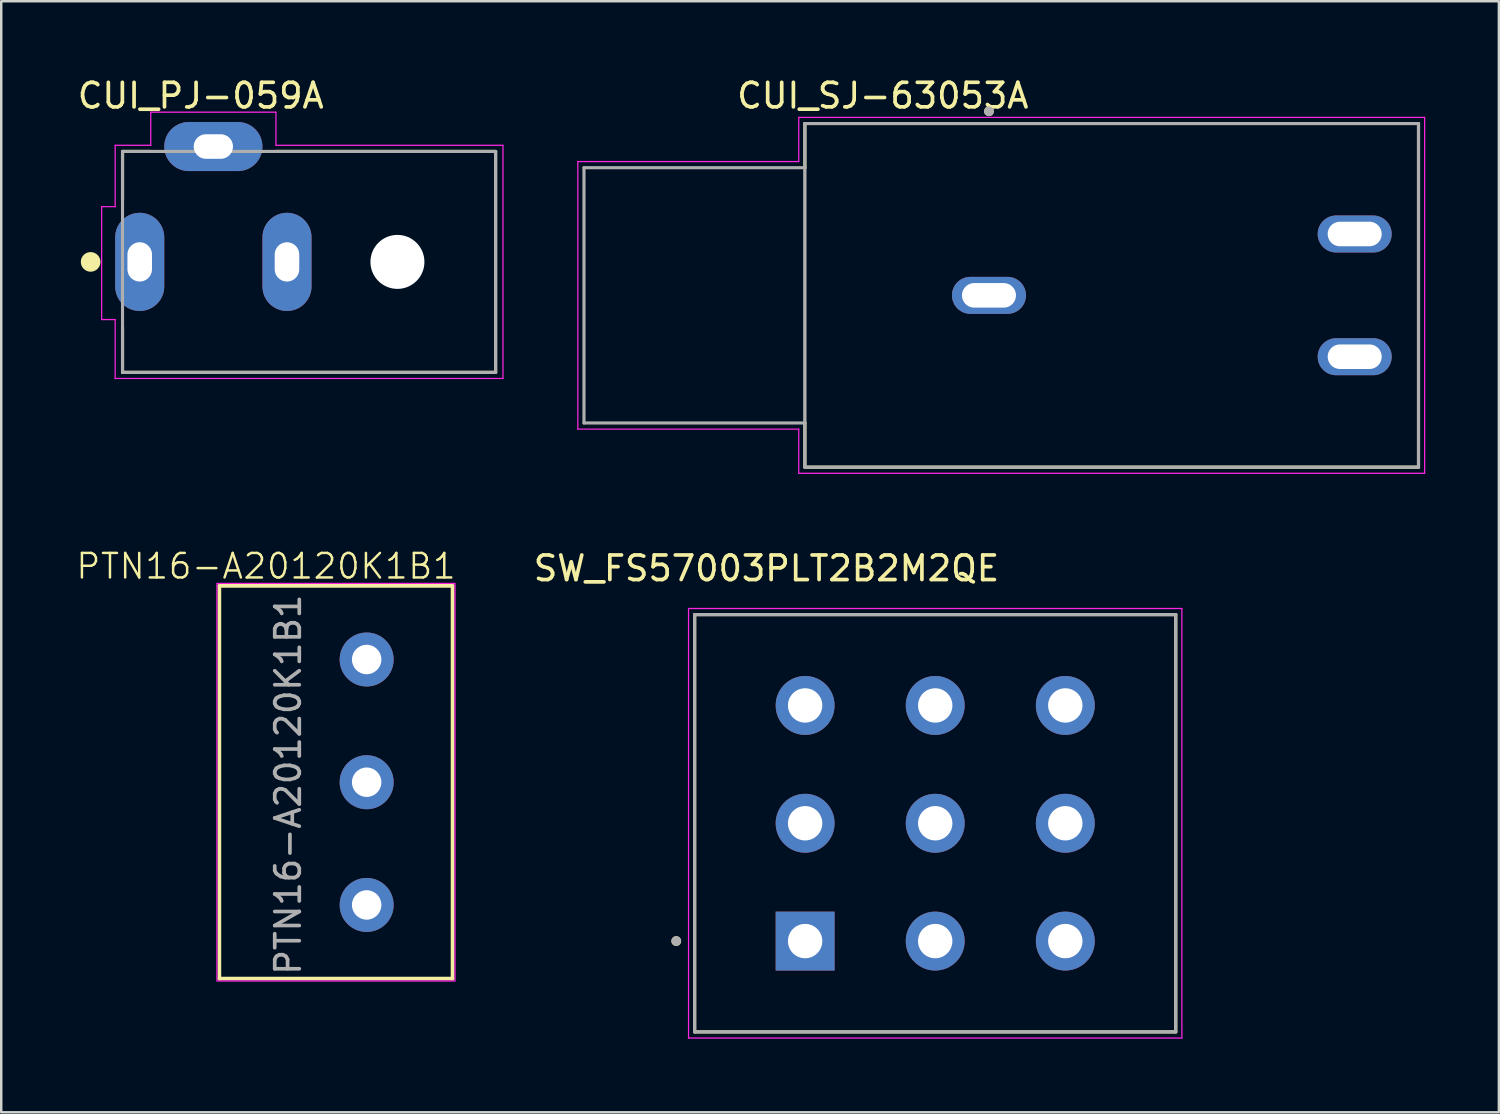
<source format=kicad_pcb>
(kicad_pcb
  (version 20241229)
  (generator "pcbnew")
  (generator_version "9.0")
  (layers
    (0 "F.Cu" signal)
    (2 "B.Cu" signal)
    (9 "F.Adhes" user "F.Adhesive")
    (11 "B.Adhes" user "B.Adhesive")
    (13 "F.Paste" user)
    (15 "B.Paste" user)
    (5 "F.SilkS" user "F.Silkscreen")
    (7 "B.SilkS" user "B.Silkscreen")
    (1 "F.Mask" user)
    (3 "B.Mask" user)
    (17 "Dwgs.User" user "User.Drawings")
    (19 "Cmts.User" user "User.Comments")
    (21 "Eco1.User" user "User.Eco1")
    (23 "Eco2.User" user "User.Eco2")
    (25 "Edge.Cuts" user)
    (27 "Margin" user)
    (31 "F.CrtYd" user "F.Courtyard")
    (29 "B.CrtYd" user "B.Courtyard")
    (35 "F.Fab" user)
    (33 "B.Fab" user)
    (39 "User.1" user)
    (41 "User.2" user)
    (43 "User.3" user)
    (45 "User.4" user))
  (footprint "PTN16-A20120K1B1"
    (layer "F.Cu")
    (at 11.888 28.819)
    (property "Reference" "PTN16-A20120K1B1" (at -4.1 -8.8 0) (unlocked yes) (layer "F.SilkS") (effects (font (size 1 1) (thickness 0.1))))
    (attr through_hole)
    (fp_line (start -6 -8) (end -6 8) (stroke (width 0.15) (type default)) (layer "F.SilkS"))
    (fp_line (start -6 8) (end 3.5 8) (stroke (width 0.15) (type default)) (layer "F.SilkS"))
    (fp_line (start 3.5 -8) (end -6 -8) (stroke (width 0.15) (type default)) (layer "F.SilkS"))
    (fp_line (start 3.5 8) (end 3.5 -8) (stroke (width 0.15) (type default)) (layer "F.SilkS"))
    (fp_rect (start -6.1 -8.1) (end 3.6 8.1) (stroke (width 0.05) (type default)) (fill no) (layer "F.CrtYd"))
    (fp_text user "${REFERENCE}" (at -3.2 0.1 90) (unlocked yes) (layer "F.Fab") (effects (font (size 1 1) (thickness 0.15))))
    (pad "1" thru_hole circle (at 0 -5) (size 2.2 2.2) (drill 1.2) (layers "*.Cu" "*.Mask"))
    (pad "2" thru_hole circle (at 0 0) (size 2.2 2.2) (drill 1.2) (layers "*.Cu" "*.Mask"))
    (pad "3" thru_hole circle (at 0 5) (size 2.2 2.2) (drill 1.2) (layers "*.Cu" "*.Mask")))
  (footprint "CUI_SJ-63053A"
    (layer "F.Cu")
    (at 37.242 8.983)
    (property "Reference" "CUI_SJ-63053A" (at -4.325 -8.135 0) (layer "F.SilkS") (effects (font (size 1 1) (thickness 0.15))))
    (attr through_hole)
    (fp_line (start -7.5 -7) (end 17.5 -7) (stroke (width 0.127) (type solid)) (layer "F.SilkS"))
    (fp_line (start -7.5 -5.2) (end -7.5 -7) (stroke (width 0.127) (type solid)) (layer "F.SilkS"))
    (fp_line (start -7.5 -5.2) (end -7.5 5.2) (stroke (width 0.1) (type default)) (layer "F.SilkS"))
    (fp_line (start -7.5 7) (end -7.5 5.2) (stroke (width 0.127) (type solid)) (layer "F.SilkS"))
    (fp_line (start 17.5 -7) (end 17.5 7) (stroke (width 0.127) (type solid)) (layer "F.SilkS"))
    (fp_line (start 17.5 7) (end -7.5 7) (stroke (width 0.127) (type solid)) (layer "F.SilkS"))
    (fp_circle (center 0 -7.5) (end 0.1 -7.5) (stroke (width 0.2) (type solid)) (fill no) (layer "F.SilkS"))
    (fp_line (start -16.75 -5.45) (end -16.75 5.45) (stroke (width 0.05) (type solid)) (layer "F.CrtYd"))
    (fp_line (start -16.75 -5.45) (end -7.75 -5.45) (stroke (width 0.05) (type solid)) (layer "F.CrtYd"))
    (fp_line (start -16.75 5.45) (end -7.75 5.45) (stroke (width 0.05) (type solid)) (layer "F.CrtYd"))
    (fp_line (start -7.75 -7.25) (end 17.75 -7.25) (stroke (width 0.05) (type solid)) (layer "F.CrtYd"))
    (fp_line (start -7.75 -5.45) (end -7.75 -7.25) (stroke (width 0.05) (type solid)) (layer "F.CrtYd"))
    (fp_line (start -7.75 7.25) (end -7.75 5.45) (stroke (width 0.05) (type solid)) (layer "F.CrtYd"))
    (fp_line (start 17.75 -7.25) (end 17.75 7.25) (stroke (width 0.05) (type solid)) (layer "F.CrtYd"))
    (fp_line (start 17.75 7.25) (end -7.75 7.25) (stroke (width 0.05) (type solid)) (layer "F.CrtYd"))
    (fp_line (start -16.5 -5.2) (end -16.5 5.2) (stroke (width 0.127) (type solid)) (layer "F.Fab"))
    (fp_line (start -16.5 -5.2) (end -7.5 -5.2) (stroke (width 0.127) (type solid)) (layer "F.Fab"))
    (fp_line (start -16.5 5.2) (end -7.5 5.2) (stroke (width 0.127) (type solid)) (layer "F.Fab"))
    (fp_line (start -7.5 -7) (end 17.5 -7) (stroke (width 0.127) (type solid)) (layer "F.Fab"))
    (fp_line (start -7.5 -5.2) (end -7.5 -7) (stroke (width 0.127) (type solid)) (layer "F.Fab"))
    (fp_line (start -7.5 5.2) (end -7.5 -5.2) (stroke (width 0.127) (type solid)) (layer "F.Fab"))
    (fp_line (start -7.5 7) (end -7.5 5.2) (stroke (width 0.127) (type solid)) (layer "F.Fab"))
    (fp_line (start 17.5 -7) (end 17.5 7) (stroke (width 0.127) (type solid)) (layer "F.Fab"))
    (fp_line (start 17.5 7) (end -7.5 7) (stroke (width 0.127) (type solid)) (layer "F.Fab"))
    (fp_circle (center 0 -7.5) (end 0.1 -7.5) (stroke (width 0.2) (type solid)) (fill no) (layer "F.Fab"))
    (pad "1" thru_hole oval (at 0 0) (size 3.016 1.508) (drill oval 2.2 1) (layers "*.Cu" "*.Mask"))
    (pad "2" thru_hole oval (at 14.9 2.5) (size 3.016 1.508) (drill oval 2.2 1) (layers "*.Cu" "*.Mask"))
    (pad "3" thru_hole oval (at 14.9 -2.5) (size 3.016 1.508) (drill oval 2.2 1) (layers "*.Cu" "*.Mask")))
  (footprint "SW_FS57003PLT2B2M2QE"
    (layer "F.Cu")
    (at 35.052 30.491)
    (property "Reference" "SW_FS57003PLT2B2M2QE" (at -6.875 -10.385 0) (layer "F.SilkS") (effects (font (size 1 1) (thickness 0.15))))
    (attr through_hole)
    (fp_line (start -9.8 -8.5) (end -9.8 8.5) (stroke (width 0.127) (type solid)) (layer "F.SilkS"))
    (fp_line (start -9.8 8.5) (end 9.8 8.5) (stroke (width 0.127) (type solid)) (layer "F.SilkS"))
    (fp_line (start 9.8 -8.5) (end -9.8 -8.5) (stroke (width 0.127) (type solid)) (layer "F.SilkS"))
    (fp_line (start 9.8 8.5) (end 9.8 -8.5) (stroke (width 0.127) (type solid)) (layer "F.SilkS"))
    (fp_circle (center -10.55 4.8) (end -10.45 4.8) (stroke (width 0.2) (type solid)) (fill no) (layer "F.SilkS"))
    (fp_line (start -10.05 -8.75) (end -10.05 8.75) (stroke (width 0.05) (type solid)) (layer "F.CrtYd"))
    (fp_line (start -10.05 8.75) (end 10.05 8.75) (stroke (width 0.05) (type solid)) (layer "F.CrtYd"))
    (fp_line (start 10.05 -8.75) (end -10.05 -8.75) (stroke (width 0.05) (type solid)) (layer "F.CrtYd"))
    (fp_line (start 10.05 8.75) (end 10.05 -8.75) (stroke (width 0.05) (type solid)) (layer "F.CrtYd"))
    (fp_line (start -9.8 -8.5) (end -9.8 8.5) (stroke (width 0.127) (type solid)) (layer "F.Fab"))
    (fp_line (start -9.8 8.5) (end 9.8 8.5) (stroke (width 0.127) (type solid)) (layer "F.Fab"))
    (fp_line (start 9.8 -8.5) (end -9.8 -8.5) (stroke (width 0.127) (type solid)) (layer "F.Fab"))
    (fp_line (start 9.8 8.5) (end 9.8 -8.5) (stroke (width 0.127) (type solid)) (layer "F.Fab"))
    (fp_circle (center -10.55 4.8) (end -10.45 4.8) (stroke (width 0.2) (type solid)) (fill no) (layer "F.Fab"))
    (pad "1" thru_hole rect (at -5.3 4.8) (size 2.4 2.4) (drill 1.4) (layers "*.Cu" "*.Mask"))
    (pad "2" thru_hole circle (at -5.3 0) (size 2.4 2.4) (drill 1.4) (layers "*.Cu" "*.Mask"))
    (pad "3" thru_hole circle (at -5.3 -4.8) (size 2.4 2.4) (drill 1.4) (layers "*.Cu" "*.Mask"))
    (pad "4" thru_hole circle (at 0 4.8) (size 2.4 2.4) (drill 1.4) (layers "*.Cu" "*.Mask"))
    (pad "5" thru_hole circle (at 0 0) (size 2.4 2.4) (drill 1.4) (layers "*.Cu" "*.Mask"))
    (pad "6" thru_hole circle (at 0 -4.8) (size 2.4 2.4) (drill 1.4) (layers "*.Cu" "*.Mask"))
    (pad "7" thru_hole circle (at 5.3 4.8) (size 2.4 2.4) (drill 1.4) (layers "*.Cu" "*.Mask"))
    (pad "8" thru_hole circle (at 5.3 0) (size 2.4 2.4) (drill 1.4) (layers "*.Cu" "*.Mask"))
    (pad "9" thru_hole circle (at 5.3 -4.8) (size 2.4 2.4) (drill 1.4) (layers "*.Cu" "*.Mask")))
  (footprint "CUI_PJ-059A"
    (layer "F.Cu")
    (at 2.642 7.62)
    (property "Reference" "CUI_PJ-059A" (at 2.487 -6.771 0) (layer "F.SilkS") (effects (font (size 1.001 1.001) (thickness 0.15))))
    (attr through_hole)
    (fp_line (start -0.7 -4.5) (end 0.45 -4.5) (stroke (width 0.127) (type solid)) (layer "F.SilkS"))
    (fp_line (start -0.7 -2.55) (end -0.7 -4.5) (stroke (width 0.127) (type solid)) (layer "F.SilkS"))
    (fp_line (start -0.7 4.5) (end -0.7 2.65) (stroke (width 0.127) (type solid)) (layer "F.SilkS"))
    (fp_line (start 5.55 -4.5) (end 14.5 -4.5) (stroke (width 0.127) (type solid)) (layer "F.SilkS"))
    (fp_line (start 14.5 -4.5) (end 14.5 4.5) (stroke (width 0.127) (type solid)) (layer "F.SilkS"))
    (fp_line (start 14.5 4.5) (end -0.7 4.5) (stroke (width 0.127) (type solid)) (layer "F.SilkS"))
    (fp_circle (center -2 0) (end -1.8 0) (stroke (width 0.4) (type solid)) (fill no) (layer "F.SilkS"))
    (fp_line (start -1.55 -2.25) (end -1.55 2.35) (stroke (width 0.05) (type solid)) (layer "F.CrtYd"))
    (fp_line (start -1.55 2.35) (end -1 2.35) (stroke (width 0.05) (type solid)) (layer "F.CrtYd"))
    (fp_line (start -1 -4.75) (end 0.45 -4.75) (stroke (width 0.05) (type solid)) (layer "F.CrtYd"))
    (fp_line (start -1 -2.25) (end -1.55 -2.25) (stroke (width 0.05) (type solid)) (layer "F.CrtYd"))
    (fp_line (start -1 -2.25) (end -1 -4.75) (stroke (width 0.05) (type solid)) (layer "F.CrtYd"))
    (fp_line (start -1 4.75) (end -1 2.35) (stroke (width 0.05) (type solid)) (layer "F.CrtYd"))
    (fp_line (start 0.45 -6.1) (end 5.55 -6.1) (stroke (width 0.05) (type solid)) (layer "F.CrtYd"))
    (fp_line (start 0.45 -4.75) (end 0.45 -6.1) (stroke (width 0.05) (type solid)) (layer "F.CrtYd"))
    (fp_line (start 5.55 -6.1) (end 5.55 -4.75) (stroke (width 0.05) (type solid)) (layer "F.CrtYd"))
    (fp_line (start 5.55 -4.75) (end 14.8 -4.75) (stroke (width 0.05) (type solid)) (layer "F.CrtYd"))
    (fp_line (start 14.8 -4.75) (end 14.8 4.75) (stroke (width 0.05) (type solid)) (layer "F.CrtYd"))
    (fp_line (start 14.8 4.75) (end -1 4.75) (stroke (width 0.05) (type solid)) (layer "F.CrtYd"))
    (fp_line (start -0.7 -4.5) (end 14.5 -4.5) (stroke (width 0.127) (type solid)) (layer "F.Fab"))
    (fp_line (start -0.7 4.5) (end -0.7 -4.5) (stroke (width 0.127) (type solid)) (layer "F.Fab"))
    (fp_line (start 14.5 -4.5) (end 14.5 4.5) (stroke (width 0.127) (type solid)) (layer "F.Fab"))
    (fp_line (start 14.5 4.5) (end -0.7 4.5) (stroke (width 0.127) (type solid)) (layer "F.Fab"))
    (pad "" np_thru_hole circle (at 10.5 0) (size 2.2 2.2) (drill 2.2) (layers "*.Cu" "*.Mask"))
    (pad "1" thru_hole oval (at 0 0) (size 2 4) (drill oval 1 1.6) (layers "*.Cu" "*.Mask"))
    (pad "2" thru_hole oval (at 6 0) (size 2 4) (drill oval 1 1.6) (layers "*.Cu" "*.Mask"))
    (pad "3" thru_hole oval (at 3 -4.7) (size 4 2) (drill oval 1.6 1) (layers "*.Cu" "*.Mask")))
  (gr_rect
    (start -3 -3)
    (end 58.017 42.267)
    (stroke (width 0.1) (type default))
    (fill no)
    (layer "Edge.Cuts")))
</source>
